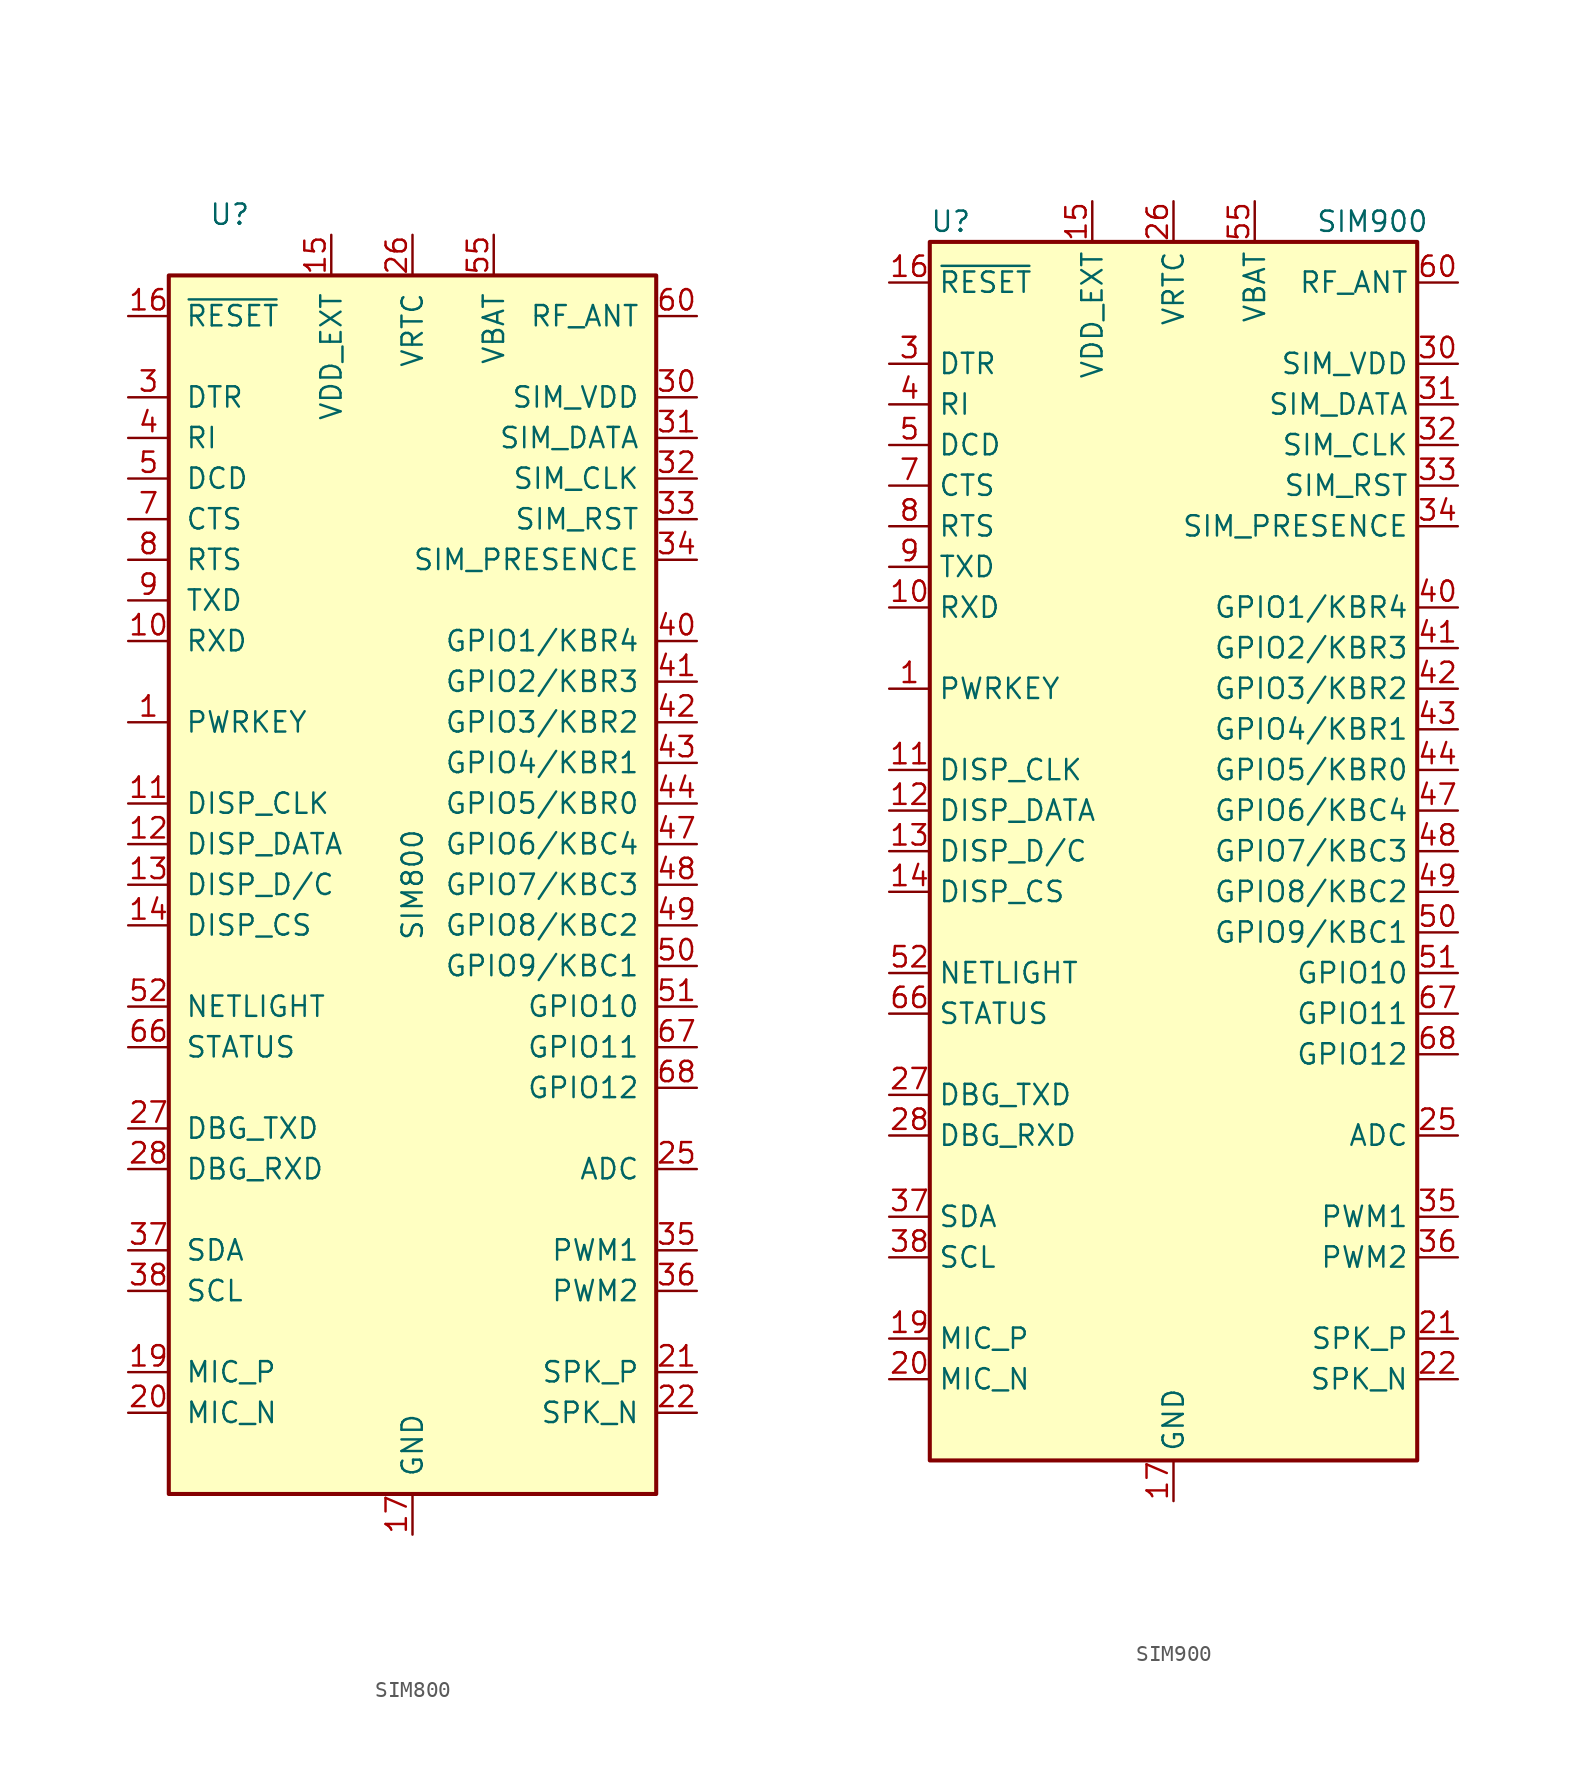
<source format=kicad_sym>
(kicad_symbol_lib
  (version 20201005)
  (generator kicad_symbol_editor)
  (symbol "SIM800"
    (pin_names
      (offset 1.016))
    (property "Reference" "U"
      (at -11.43 41.91 0)
      (effects (font (size 1.27 1.27))))
    (property "Value" "SIM800"
      (at 0 0 90)
      (effects (font (size 1.27 1.27))))
    (symbol "SIM800_1_1"
      (rectangle (start -15.24 38.1) (end 15.24 -38.1) (stroke (width 0.254)) (fill (type background)))
      (pin input line (at -17.78 10.16 0) (length 2.54) (name "PWRKEY" (effects (font (size 1.27 1.27)))) (number "1" (effects (font (size 1.27 1.27)))))
      (pin input line (at -17.78 15.24 0) (length 2.54) (name "RXD" (effects (font (size 1.27 1.27)))) (number "10" (effects (font (size 1.27 1.27)))))
      (pin output line (at -17.78 5.08 0) (length 2.54) (name "DISP_CLK" (effects (font (size 1.27 1.27)))) (number "11" (effects (font (size 1.27 1.27)))))
      (pin bidirectional line (at -17.78 2.54 0) (length 2.54) (name "DISP_DATA" (effects (font (size 1.27 1.27)))) (number "12" (effects (font (size 1.27 1.27)))))
      (pin output line (at -17.78 0 0) (length 2.54) (name "DISP_D/C" (effects (font (size 1.27 1.27)))) (number "13" (effects (font (size 1.27 1.27)))))
      (pin output line (at -17.78 -2.54 0) (length 2.54) (name "DISP_CS" (effects (font (size 1.27 1.27)))) (number "14" (effects (font (size 1.27 1.27)))))
      (pin power_out line (at -5.08 40.64 270) (length 2.54) (name "VDD_EXT" (effects (font (size 1.27 1.27)))) (number "15" (effects (font (size 1.27 1.27)))))
      (pin input line (at -17.78 35.56 0) (length 2.54) (name "~RESET~" (effects (font (size 1.27 1.27)))) (number "16" (effects (font (size 1.27 1.27)))))
      (pin power_in line (at 0 -40.64 90) (length 2.54) (name "GND" (effects (font (size 1.27 1.27)))) (number "17" (effects (font (size 1.27 1.27)))))
      (pin passive line (at 0 -40.64 90) (length 2.54) hide (name "GND" (effects (font (size 1.27 1.27)))) (number "18" (effects (font (size 1.27 1.27)))))
      (pin input line (at -17.78 -30.48 0) (length 2.54) (name "MIC_P" (effects (font (size 1.27 1.27)))) (number "19" (effects (font (size 1.27 1.27)))))
      (pin no_connect line (at 15.24 33.02 180) (length 2.54) hide (name "NC" (effects (font (size 1.27 1.27)))) (number "2" (effects (font (size 1.27 1.27)))))
      (pin input line (at -17.78 -33.02 0) (length 2.54) (name "MIC_N" (effects (font (size 1.27 1.27)))) (number "20" (effects (font (size 1.27 1.27)))))
      (pin output line (at 17.78 -30.48 180) (length 2.54) (name "SPK_P" (effects (font (size 1.27 1.27)))) (number "21" (effects (font (size 1.27 1.27)))))
      (pin output line (at 17.78 -33.02 180) (length 2.54) (name "SPK_N" (effects (font (size 1.27 1.27)))) (number "22" (effects (font (size 1.27 1.27)))))
      (pin no_connect line (at 15.24 -15.24 180) (length 2.54) hide (name "NC" (effects (font (size 1.27 1.27)))) (number "23" (effects (font (size 1.27 1.27)))))
      (pin no_connect line (at 15.24 -27.94 180) (length 2.54) hide (name "NC" (effects (font (size 1.27 1.27)))) (number "24" (effects (font (size 1.27 1.27)))))
      (pin input line (at 17.78 -17.78 180) (length 2.54) (name "ADC" (effects (font (size 1.27 1.27)))) (number "25" (effects (font (size 1.27 1.27)))))
      (pin power_in line (at 0 40.64 270) (length 2.54) (name "VRTC" (effects (font (size 1.27 1.27)))) (number "26" (effects (font (size 1.27 1.27)))))
      (pin output line (at -17.78 -15.24 0) (length 2.54) (name "DBG_TXD" (effects (font (size 1.27 1.27)))) (number "27" (effects (font (size 1.27 1.27)))))
      (pin input line (at -17.78 -17.78 0) (length 2.54) (name "DBG_RXD" (effects (font (size 1.27 1.27)))) (number "28" (effects (font (size 1.27 1.27)))))
      (pin passive line (at 0 -40.64 90) (length 2.54) hide (name "GND" (effects (font (size 1.27 1.27)))) (number "29" (effects (font (size 1.27 1.27)))))
      (pin input line (at -17.78 30.48 0) (length 2.54) (name "DTR" (effects (font (size 1.27 1.27)))) (number "3" (effects (font (size 1.27 1.27)))))
      (pin power_out line (at 17.78 30.48 180) (length 2.54) (name "SIM_VDD" (effects (font (size 1.27 1.27)))) (number "30" (effects (font (size 1.27 1.27)))))
      (pin bidirectional line (at 17.78 27.94 180) (length 2.54) (name "SIM_DATA" (effects (font (size 1.27 1.27)))) (number "31" (effects (font (size 1.27 1.27)))))
      (pin output line (at 17.78 25.4 180) (length 2.54) (name "SIM_CLK" (effects (font (size 1.27 1.27)))) (number "32" (effects (font (size 1.27 1.27)))))
      (pin output line (at 17.78 22.86 180) (length 2.54) (name "SIM_RST" (effects (font (size 1.27 1.27)))) (number "33" (effects (font (size 1.27 1.27)))))
      (pin input line (at 17.78 20.32 180) (length 2.54) (name "SIM_PRESENCE" (effects (font (size 1.27 1.27)))) (number "34" (effects (font (size 1.27 1.27)))))
      (pin output line (at 17.78 -22.86 180) (length 2.54) (name "PWM1" (effects (font (size 1.27 1.27)))) (number "35" (effects (font (size 1.27 1.27)))))
      (pin output line (at 17.78 -25.4 180) (length 2.54) (name "PWM2" (effects (font (size 1.27 1.27)))) (number "36" (effects (font (size 1.27 1.27)))))
      (pin bidirectional line (at -17.78 -22.86 0) (length 2.54) (name "SDA" (effects (font (size 1.27 1.27)))) (number "37" (effects (font (size 1.27 1.27)))))
      (pin output line (at -17.78 -25.4 0) (length 2.54) (name "SCL" (effects (font (size 1.27 1.27)))) (number "38" (effects (font (size 1.27 1.27)))))
      (pin passive line (at 0 -40.64 90) (length 2.54) hide (name "GND" (effects (font (size 1.27 1.27)))) (number "39" (effects (font (size 1.27 1.27)))))
      (pin output line (at -17.78 27.94 0) (length 2.54) (name "RI" (effects (font (size 1.27 1.27)))) (number "4" (effects (font (size 1.27 1.27)))))
      (pin bidirectional line (at 17.78 15.24 180) (length 2.54) (name "GPIO1/KBR4" (effects (font (size 1.27 1.27)))) (number "40" (effects (font (size 1.27 1.27)))))
      (pin bidirectional line (at 17.78 12.7 180) (length 2.54) (name "GPIO2/KBR3" (effects (font (size 1.27 1.27)))) (number "41" (effects (font (size 1.27 1.27)))))
      (pin bidirectional line (at 17.78 10.16 180) (length 2.54) (name "GPIO3/KBR2" (effects (font (size 1.27 1.27)))) (number "42" (effects (font (size 1.27 1.27)))))
      (pin bidirectional line (at 17.78 7.62 180) (length 2.54) (name "GPIO4/KBR1" (effects (font (size 1.27 1.27)))) (number "43" (effects (font (size 1.27 1.27)))))
      (pin bidirectional line (at 17.78 5.08 180) (length 2.54) (name "GPIO5/KBR0" (effects (font (size 1.27 1.27)))) (number "44" (effects (font (size 1.27 1.27)))))
      (pin passive line (at 0 -40.64 90) (length 2.54) hide (name "GND" (effects (font (size 1.27 1.27)))) (number "45" (effects (font (size 1.27 1.27)))))
      (pin passive line (at 0 -40.64 90) (length 2.54) hide (name "GND" (effects (font (size 1.27 1.27)))) (number "46" (effects (font (size 1.27 1.27)))))
      (pin bidirectional line (at 17.78 2.54 180) (length 2.54) (name "GPIO6/KBC4" (effects (font (size 1.27 1.27)))) (number "47" (effects (font (size 1.27 1.27)))))
      (pin bidirectional line (at 17.78 0 180) (length 2.54) (name "GPIO7/KBC3" (effects (font (size 1.27 1.27)))) (number "48" (effects (font (size 1.27 1.27)))))
      (pin bidirectional line (at 17.78 -2.54 180) (length 2.54) (name "GPIO8/KBC2" (effects (font (size 1.27 1.27)))) (number "49" (effects (font (size 1.27 1.27)))))
      (pin output line (at -17.78 25.4 0) (length 2.54) (name "DCD" (effects (font (size 1.27 1.27)))) (number "5" (effects (font (size 1.27 1.27)))))
      (pin bidirectional line (at 17.78 -5.08 180) (length 2.54) (name "GPIO9/KBC1" (effects (font (size 1.27 1.27)))) (number "50" (effects (font (size 1.27 1.27)))))
      (pin bidirectional line (at 17.78 -7.62 180) (length 2.54) (name "GPIO10" (effects (font (size 1.27 1.27)))) (number "51" (effects (font (size 1.27 1.27)))))
      (pin output line (at -17.78 -7.62 0) (length 2.54) (name "NETLIGHT" (effects (font (size 1.27 1.27)))) (number "52" (effects (font (size 1.27 1.27)))))
      (pin passive line (at 0 -40.64 90) (length 2.54) hide (name "GND" (effects (font (size 1.27 1.27)))) (number "53" (effects (font (size 1.27 1.27)))))
      (pin passive line (at 0 -40.64 90) (length 2.54) hide (name "GND" (effects (font (size 1.27 1.27)))) (number "54" (effects (font (size 1.27 1.27)))))
      (pin power_in line (at 5.08 40.64 270) (length 2.54) (name "VBAT" (effects (font (size 1.27 1.27)))) (number "55" (effects (font (size 1.27 1.27)))))
      (pin passive line (at 5.08 40.64 270) (length 2.54) hide (name "VBAT" (effects (font (size 1.27 1.27)))) (number "56" (effects (font (size 1.27 1.27)))))
      (pin passive line (at 5.08 40.64 270) (length 2.54) hide (name "VBAT" (effects (font (size 1.27 1.27)))) (number "57" (effects (font (size 1.27 1.27)))))
      (pin passive line (at 0 -40.64 90) (length 2.54) hide (name "GND" (effects (font (size 1.27 1.27)))) (number "58" (effects (font (size 1.27 1.27)))))
      (pin passive line (at 0 -40.64 90) (length 2.54) hide (name "GND" (effects (font (size 1.27 1.27)))) (number "59" (effects (font (size 1.27 1.27)))))
      (pin no_connect line (at 15.24 17.78 180) (length 2.54) hide (name "NC" (effects (font (size 1.27 1.27)))) (number "6" (effects (font (size 1.27 1.27)))))
      (pin passive line (at 17.78 35.56 180) (length 2.54) (name "RF_ANT" (effects (font (size 1.27 1.27)))) (number "60" (effects (font (size 1.27 1.27)))))
      (pin passive line (at 0 -40.64 90) (length 2.54) hide (name "GND" (effects (font (size 1.27 1.27)))) (number "61" (effects (font (size 1.27 1.27)))))
      (pin passive line (at 0 -40.64 90) (length 2.54) hide (name "GND" (effects (font (size 1.27 1.27)))) (number "62" (effects (font (size 1.27 1.27)))))
      (pin passive line (at 0 -40.64 90) (length 2.54) hide (name "GND" (effects (font (size 1.27 1.27)))) (number "63" (effects (font (size 1.27 1.27)))))
      (pin passive line (at 0 -40.64 90) (length 2.54) hide (name "GND" (effects (font (size 1.27 1.27)))) (number "64" (effects (font (size 1.27 1.27)))))
      (pin passive line (at 0 -40.64 90) (length 2.54) hide (name "GND" (effects (font (size 1.27 1.27)))) (number "65" (effects (font (size 1.27 1.27)))))
      (pin output line (at -17.78 -10.16 0) (length 2.54) (name "STATUS" (effects (font (size 1.27 1.27)))) (number "66" (effects (font (size 1.27 1.27)))))
      (pin bidirectional line (at 17.78 -10.16 180) (length 2.54) (name "GPIO11" (effects (font (size 1.27 1.27)))) (number "67" (effects (font (size 1.27 1.27)))))
      (pin bidirectional line (at 17.78 -12.7 180) (length 2.54) (name "GPIO12" (effects (font (size 1.27 1.27)))) (number "68" (effects (font (size 1.27 1.27)))))
      (pin output line (at -17.78 22.86 0) (length 2.54) (name "CTS" (effects (font (size 1.27 1.27)))) (number "7" (effects (font (size 1.27 1.27)))))
      (pin input line (at -17.78 20.32 0) (length 2.54) (name "RTS" (effects (font (size 1.27 1.27)))) (number "8" (effects (font (size 1.27 1.27)))))
      (pin output line (at -17.78 17.78 0) (length 2.54) (name "TXD" (effects (font (size 1.27 1.27)))) (number "9" (effects (font (size 1.27 1.27)))))))
  (symbol "SIM900"
    (property "Reference" "U"
      (at -15.24 39.37 0)
      (effects (font (size 1.27 1.27)) (justify left)))
    (property "Value" "SIM900"
      (at 8.89 39.37 0)
      (effects (font (size 1.27 1.27)) (justify left)))
    (symbol "SIM900_0_1"
      (rectangle (start -15.24 38.1) (end 15.24 -38.1) (stroke (width 0.254)) (fill (type background))))
    (symbol "SIM900_1_1"
      (pin input line (at -17.78 10.16 0) (length 2.54) (name "PWRKEY" (effects (font (size 1.27 1.27)))) (number "1" (effects (font (size 1.27 1.27)))))
      (pin input line (at -17.78 15.24 0) (length 2.54) (name "RXD" (effects (font (size 1.27 1.27)))) (number "10" (effects (font (size 1.27 1.27)))))
      (pin output line (at -17.78 5.08 0) (length 2.54) (name "DISP_CLK" (effects (font (size 1.27 1.27)))) (number "11" (effects (font (size 1.27 1.27)))))
      (pin bidirectional line (at -17.78 2.54 0) (length 2.54) (name "DISP_DATA" (effects (font (size 1.27 1.27)))) (number "12" (effects (font (size 1.27 1.27)))))
      (pin output line (at -17.78 0 0) (length 2.54) (name "DISP_D/C" (effects (font (size 1.27 1.27)))) (number "13" (effects (font (size 1.27 1.27)))))
      (pin output line (at -17.78 -2.54 0) (length 2.54) (name "DISP_CS" (effects (font (size 1.27 1.27)))) (number "14" (effects (font (size 1.27 1.27)))))
      (pin power_out line (at -5.08 40.64 270) (length 2.54) (name "VDD_EXT" (effects (font (size 1.27 1.27)))) (number "15" (effects (font (size 1.27 1.27)))))
      (pin input line (at -17.78 35.56 0) (length 2.54) (name "~RESET~" (effects (font (size 1.27 1.27)))) (number "16" (effects (font (size 1.27 1.27)))))
      (pin power_in line (at 0 -40.64 90) (length 2.54) (name "GND" (effects (font (size 1.27 1.27)))) (number "17" (effects (font (size 1.27 1.27)))))
      (pin passive line (at 0 -40.64 90) (length 2.54) hide (name "GND" (effects (font (size 1.27 1.27)))) (number "18" (effects (font (size 1.27 1.27)))))
      (pin input line (at -17.78 -30.48 0) (length 2.54) (name "MIC_P" (effects (font (size 1.27 1.27)))) (number "19" (effects (font (size 1.27 1.27)))))
      (pin no_connect line (at 15.24 33.02 180) (length 2.54) hide (name "NC" (effects (font (size 1.27 1.27)))) (number "2" (effects (font (size 1.27 1.27)))))
      (pin input line (at -17.78 -33.02 0) (length 2.54) (name "MIC_N" (effects (font (size 1.27 1.27)))) (number "20" (effects (font (size 1.27 1.27)))))
      (pin output line (at 17.78 -30.48 180) (length 2.54) (name "SPK_P" (effects (font (size 1.27 1.27)))) (number "21" (effects (font (size 1.27 1.27)))))
      (pin output line (at 17.78 -33.02 180) (length 2.54) (name "SPK_N" (effects (font (size 1.27 1.27)))) (number "22" (effects (font (size 1.27 1.27)))))
      (pin no_connect line (at 15.24 -15.24 180) (length 2.54) hide (name "NC" (effects (font (size 1.27 1.27)))) (number "23" (effects (font (size 1.27 1.27)))))
      (pin no_connect line (at 15.24 -27.94 180) (length 2.54) hide (name "NC" (effects (font (size 1.27 1.27)))) (number "24" (effects (font (size 1.27 1.27)))))
      (pin input line (at 17.78 -17.78 180) (length 2.54) (name "ADC" (effects (font (size 1.27 1.27)))) (number "25" (effects (font (size 1.27 1.27)))))
      (pin power_in line (at 0 40.64 270) (length 2.54) (name "VRTC" (effects (font (size 1.27 1.27)))) (number "26" (effects (font (size 1.27 1.27)))))
      (pin output line (at -17.78 -15.24 0) (length 2.54) (name "DBG_TXD" (effects (font (size 1.27 1.27)))) (number "27" (effects (font (size 1.27 1.27)))))
      (pin input line (at -17.78 -17.78 0) (length 2.54) (name "DBG_RXD" (effects (font (size 1.27 1.27)))) (number "28" (effects (font (size 1.27 1.27)))))
      (pin passive line (at 0 -40.64 90) (length 2.54) hide (name "GND" (effects (font (size 1.27 1.27)))) (number "29" (effects (font (size 1.27 1.27)))))
      (pin input line (at -17.78 30.48 0) (length 2.54) (name "DTR" (effects (font (size 1.27 1.27)))) (number "3" (effects (font (size 1.27 1.27)))))
      (pin power_out line (at 17.78 30.48 180) (length 2.54) (name "SIM_VDD" (effects (font (size 1.27 1.27)))) (number "30" (effects (font (size 1.27 1.27)))))
      (pin bidirectional line (at 17.78 27.94 180) (length 2.54) (name "SIM_DATA" (effects (font (size 1.27 1.27)))) (number "31" (effects (font (size 1.27 1.27)))))
      (pin output line (at 17.78 25.4 180) (length 2.54) (name "SIM_CLK" (effects (font (size 1.27 1.27)))) (number "32" (effects (font (size 1.27 1.27)))))
      (pin output line (at 17.78 22.86 180) (length 2.54) (name "SIM_RST" (effects (font (size 1.27 1.27)))) (number "33" (effects (font (size 1.27 1.27)))))
      (pin input line (at 17.78 20.32 180) (length 2.54) (name "SIM_PRESENCE" (effects (font (size 1.27 1.27)))) (number "34" (effects (font (size 1.27 1.27)))))
      (pin output line (at 17.78 -22.86 180) (length 2.54) (name "PWM1" (effects (font (size 1.27 1.27)))) (number "35" (effects (font (size 1.27 1.27)))))
      (pin output line (at 17.78 -25.4 180) (length 2.54) (name "PWM2" (effects (font (size 1.27 1.27)))) (number "36" (effects (font (size 1.27 1.27)))))
      (pin bidirectional line (at -17.78 -22.86 0) (length 2.54) (name "SDA" (effects (font (size 1.27 1.27)))) (number "37" (effects (font (size 1.27 1.27)))))
      (pin output line (at -17.78 -25.4 0) (length 2.54) (name "SCL" (effects (font (size 1.27 1.27)))) (number "38" (effects (font (size 1.27 1.27)))))
      (pin passive line (at 0 -40.64 90) (length 2.54) hide (name "GND" (effects (font (size 1.27 1.27)))) (number "39" (effects (font (size 1.27 1.27)))))
      (pin output line (at -17.78 27.94 0) (length 2.54) (name "RI" (effects (font (size 1.27 1.27)))) (number "4" (effects (font (size 1.27 1.27)))))
      (pin bidirectional line (at 17.78 15.24 180) (length 2.54) (name "GPIO1/KBR4" (effects (font (size 1.27 1.27)))) (number "40" (effects (font (size 1.27 1.27)))))
      (pin bidirectional line (at 17.78 12.7 180) (length 2.54) (name "GPIO2/KBR3" (effects (font (size 1.27 1.27)))) (number "41" (effects (font (size 1.27 1.27)))))
      (pin bidirectional line (at 17.78 10.16 180) (length 2.54) (name "GPIO3/KBR2" (effects (font (size 1.27 1.27)))) (number "42" (effects (font (size 1.27 1.27)))))
      (pin bidirectional line (at 17.78 7.62 180) (length 2.54) (name "GPIO4/KBR1" (effects (font (size 1.27 1.27)))) (number "43" (effects (font (size 1.27 1.27)))))
      (pin bidirectional line (at 17.78 5.08 180) (length 2.54) (name "GPIO5/KBR0" (effects (font (size 1.27 1.27)))) (number "44" (effects (font (size 1.27 1.27)))))
      (pin passive line (at 0 -40.64 90) (length 2.54) hide (name "GND" (effects (font (size 1.27 1.27)))) (number "45" (effects (font (size 1.27 1.27)))))
      (pin passive line (at 0 -40.64 90) (length 2.54) hide (name "GND" (effects (font (size 1.27 1.27)))) (number "46" (effects (font (size 1.27 1.27)))))
      (pin bidirectional line (at 17.78 2.54 180) (length 2.54) (name "GPIO6/KBC4" (effects (font (size 1.27 1.27)))) (number "47" (effects (font (size 1.27 1.27)))))
      (pin bidirectional line (at 17.78 0 180) (length 2.54) (name "GPIO7/KBC3" (effects (font (size 1.27 1.27)))) (number "48" (effects (font (size 1.27 1.27)))))
      (pin bidirectional line (at 17.78 -2.54 180) (length 2.54) (name "GPIO8/KBC2" (effects (font (size 1.27 1.27)))) (number "49" (effects (font (size 1.27 1.27)))))
      (pin output line (at -17.78 25.4 0) (length 2.54) (name "DCD" (effects (font (size 1.27 1.27)))) (number "5" (effects (font (size 1.27 1.27)))))
      (pin bidirectional line (at 17.78 -5.08 180) (length 2.54) (name "GPIO9/KBC1" (effects (font (size 1.27 1.27)))) (number "50" (effects (font (size 1.27 1.27)))))
      (pin bidirectional line (at 17.78 -7.62 180) (length 2.54) (name "GPIO10" (effects (font (size 1.27 1.27)))) (number "51" (effects (font (size 1.27 1.27)))))
      (pin output line (at -17.78 -7.62 0) (length 2.54) (name "NETLIGHT" (effects (font (size 1.27 1.27)))) (number "52" (effects (font (size 1.27 1.27)))))
      (pin passive line (at 0 -40.64 90) (length 2.54) hide (name "GND" (effects (font (size 1.27 1.27)))) (number "53" (effects (font (size 1.27 1.27)))))
      (pin passive line (at 0 -40.64 90) (length 2.54) hide (name "GND" (effects (font (size 1.27 1.27)))) (number "54" (effects (font (size 1.27 1.27)))))
      (pin power_in line (at 5.08 40.64 270) (length 2.54) (name "VBAT" (effects (font (size 1.27 1.27)))) (number "55" (effects (font (size 1.27 1.27)))))
      (pin passive line (at 5.08 40.64 270) (length 2.54) hide (name "VBAT" (effects (font (size 1.27 1.27)))) (number "56" (effects (font (size 1.27 1.27)))))
      (pin passive line (at 5.08 40.64 270) (length 2.54) hide (name "VBAT" (effects (font (size 1.27 1.27)))) (number "57" (effects (font (size 1.27 1.27)))))
      (pin passive line (at 0 -40.64 90) (length 2.54) hide (name "GND" (effects (font (size 1.27 1.27)))) (number "58" (effects (font (size 1.27 1.27)))))
      (pin passive line (at 0 -40.64 90) (length 2.54) hide (name "GND" (effects (font (size 1.27 1.27)))) (number "59" (effects (font (size 1.27 1.27)))))
      (pin no_connect line (at 15.24 17.78 180) (length 2.54) hide (name "NC" (effects (font (size 1.27 1.27)))) (number "6" (effects (font (size 1.27 1.27)))))
      (pin passive line (at 17.78 35.56 180) (length 2.54) (name "RF_ANT" (effects (font (size 1.27 1.27)))) (number "60" (effects (font (size 1.27 1.27)))))
      (pin passive line (at 0 -40.64 90) (length 2.54) hide (name "GND" (effects (font (size 1.27 1.27)))) (number "61" (effects (font (size 1.27 1.27)))))
      (pin passive line (at 0 -40.64 90) (length 2.54) hide (name "GND" (effects (font (size 1.27 1.27)))) (number "62" (effects (font (size 1.27 1.27)))))
      (pin passive line (at 0 -40.64 90) (length 2.54) hide (name "GND" (effects (font (size 1.27 1.27)))) (number "63" (effects (font (size 1.27 1.27)))))
      (pin passive line (at 0 -40.64 90) (length 2.54) hide (name "GND" (effects (font (size 1.27 1.27)))) (number "64" (effects (font (size 1.27 1.27)))))
      (pin passive line (at 0 -40.64 90) (length 2.54) hide (name "GND" (effects (font (size 1.27 1.27)))) (number "65" (effects (font (size 1.27 1.27)))))
      (pin output line (at -17.78 -10.16 0) (length 2.54) (name "STATUS" (effects (font (size 1.27 1.27)))) (number "66" (effects (font (size 1.27 1.27)))))
      (pin bidirectional line (at 17.78 -10.16 180) (length 2.54) (name "GPIO11" (effects (font (size 1.27 1.27)))) (number "67" (effects (font (size 1.27 1.27)))))
      (pin bidirectional line (at 17.78 -12.7 180) (length 2.54) (name "GPIO12" (effects (font (size 1.27 1.27)))) (number "68" (effects (font (size 1.27 1.27)))))
      (pin output line (at -17.78 22.86 0) (length 2.54) (name "CTS" (effects (font (size 1.27 1.27)))) (number "7" (effects (font (size 1.27 1.27)))))
      (pin input line (at -17.78 20.32 0) (length 2.54) (name "RTS" (effects (font (size 1.27 1.27)))) (number "8" (effects (font (size 1.27 1.27)))))
      (pin output line (at -17.78 17.78 0) (length 2.54) (name "TXD" (effects (font (size 1.27 1.27)))) (number "9" (effects (font (size 1.27 1.27))))))))
</source>
